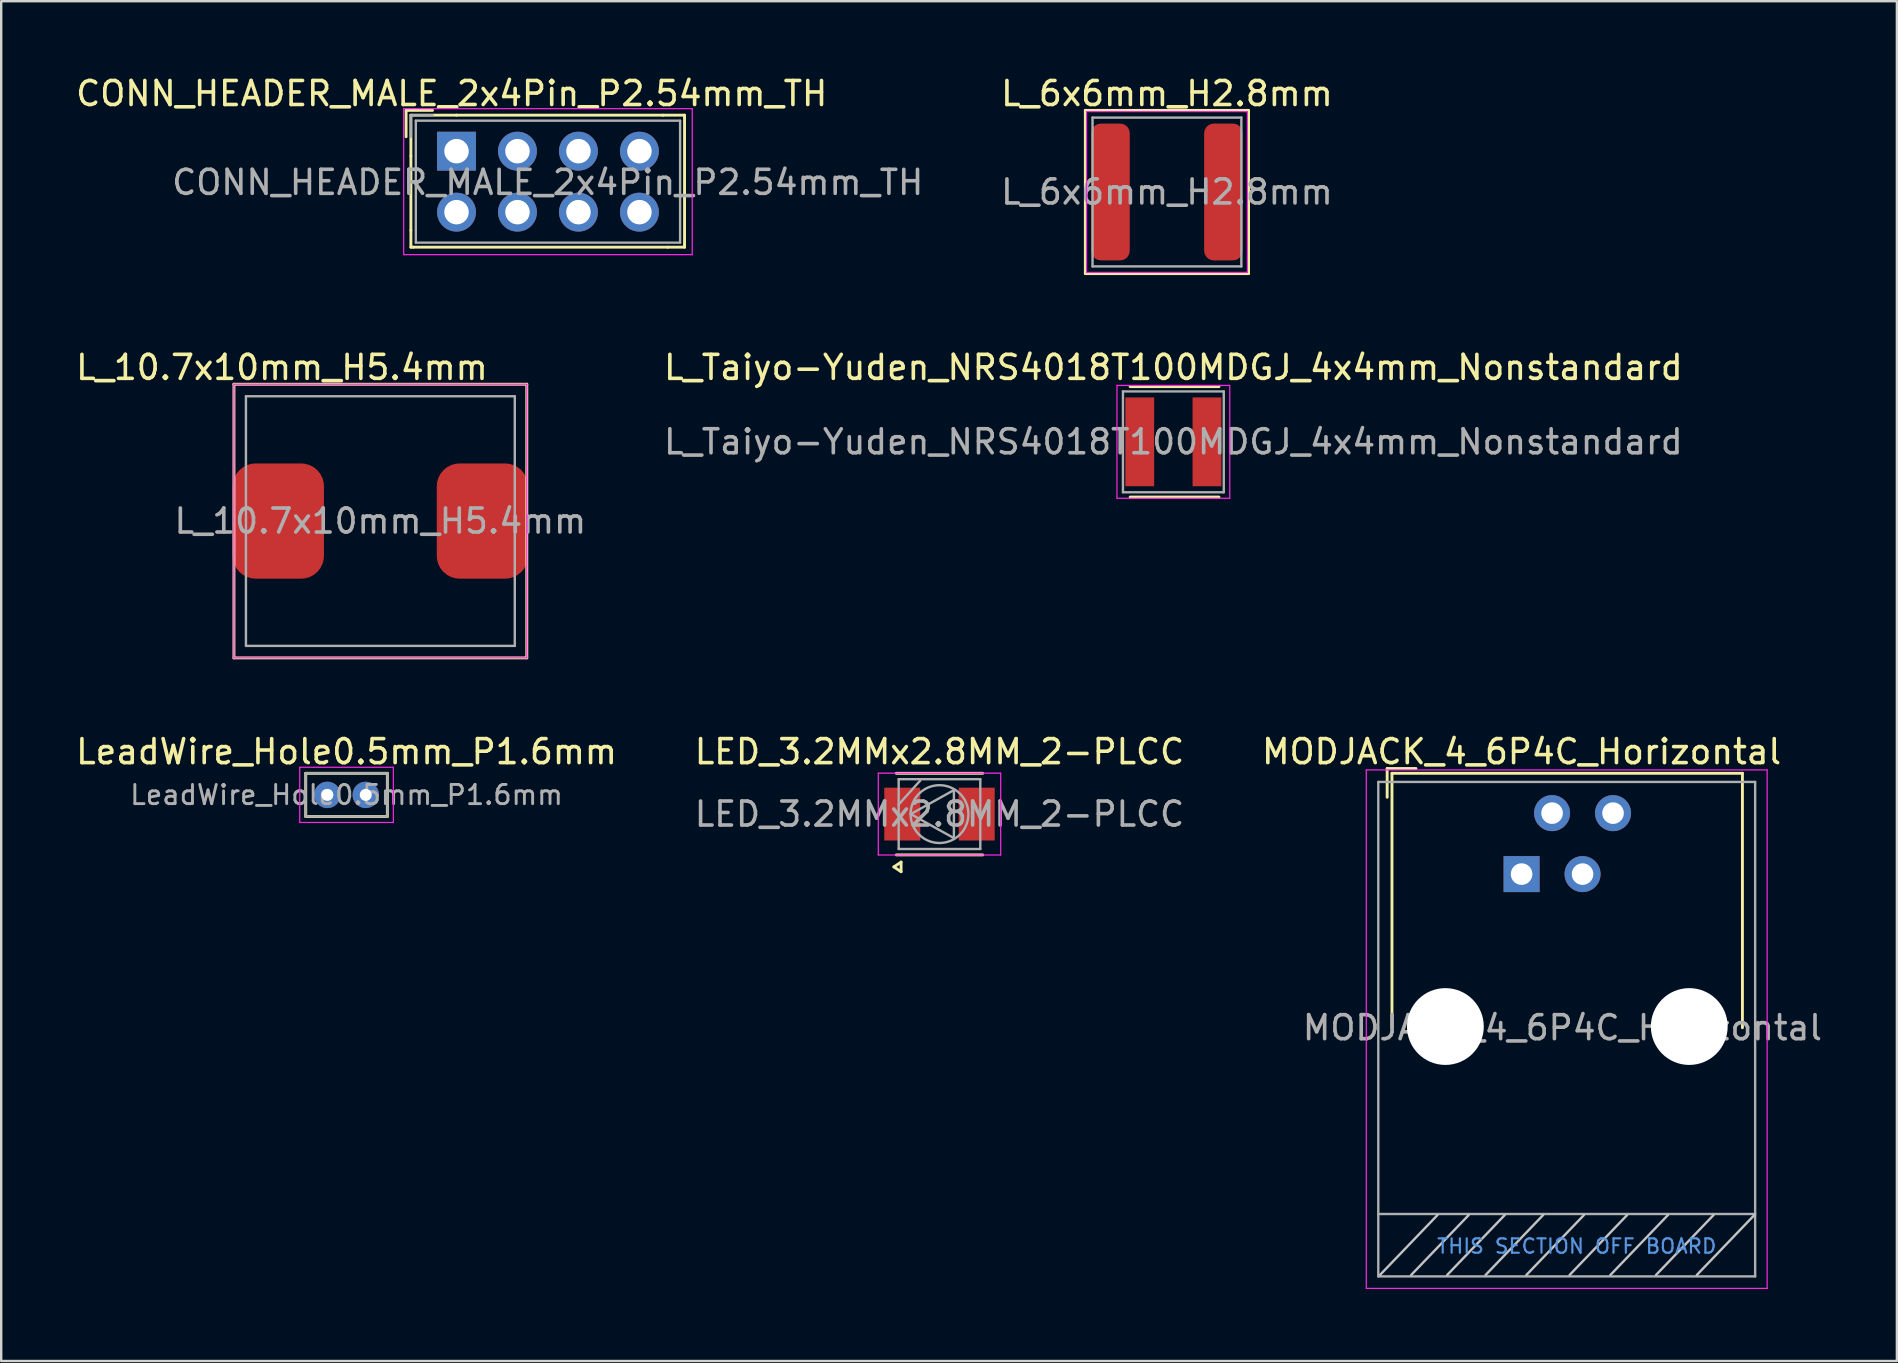
<source format=kicad_pcb>
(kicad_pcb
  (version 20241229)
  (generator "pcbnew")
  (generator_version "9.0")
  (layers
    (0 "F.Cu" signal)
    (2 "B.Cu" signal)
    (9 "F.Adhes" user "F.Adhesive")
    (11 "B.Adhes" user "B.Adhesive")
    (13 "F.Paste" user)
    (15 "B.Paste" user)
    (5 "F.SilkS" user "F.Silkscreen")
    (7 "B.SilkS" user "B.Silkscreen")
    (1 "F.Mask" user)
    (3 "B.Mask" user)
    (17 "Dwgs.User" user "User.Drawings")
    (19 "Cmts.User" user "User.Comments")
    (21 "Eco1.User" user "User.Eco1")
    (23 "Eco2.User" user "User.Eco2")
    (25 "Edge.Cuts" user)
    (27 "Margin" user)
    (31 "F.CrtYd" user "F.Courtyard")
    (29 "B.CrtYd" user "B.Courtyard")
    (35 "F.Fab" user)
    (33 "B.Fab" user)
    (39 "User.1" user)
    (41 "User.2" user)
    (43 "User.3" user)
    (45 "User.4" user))
  (footprint "MODJACK_4_6P4C_Horizontal"
    (layer "F.Cu")
    (at 60.339 33.365)
    (property "Reference" "MODJACK_4_6P4C_Horizontal" (at 0 -5.1 0) (layer "F.SilkS") (effects (font (size 1 1) (thickness 0.15))))
    (attr through_hole)
    (fp_line (start -5.6 -4.4) (end -5.6 -3.2) (stroke (width 0.12) (type solid)) (layer "F.SilkS"))
    (fp_line (start -5.4 -4.2) (end -5.4 6.4) (stroke (width 0.12) (type solid)) (layer "F.SilkS"))
    (fp_line (start -4.4 -4.4) (end -5.6 -4.4) (stroke (width 0.12) (type solid)) (layer "F.SilkS"))
    (fp_line (start 9.2 -4.2) (end -5.4 -4.2) (stroke (width 0.12) (type solid)) (layer "F.SilkS"))
    (fp_line (start 9.2 -4.2) (end 9.2 6.4) (stroke (width 0.12) (type solid)) (layer "F.SilkS"))
    (fp_line (start -5.9 16.7) (end -3.5 14.2) (stroke (width 0.1) (type solid)) (layer "Dwgs.User"))
    (fp_line (start -4.6 16.7) (end -2.2 14.2) (stroke (width 0.1) (type solid)) (layer "Dwgs.User"))
    (fp_line (start -3.1 16.7) (end -0.7 14.2) (stroke (width 0.1) (type solid)) (layer "Dwgs.User"))
    (fp_line (start -1.5 16.7) (end 0.9 14.2) (stroke (width 0.1) (type solid)) (layer "Dwgs.User"))
    (fp_line (start 0.2 16.7) (end 2.6 14.2) (stroke (width 0.1) (type solid)) (layer "Dwgs.User"))
    (fp_line (start 2 16.7) (end 4.4 14.2) (stroke (width 0.1) (type solid)) (layer "Dwgs.User"))
    (fp_line (start 3.7 16.7) (end 6.1 14.2) (stroke (width 0.1) (type solid)) (layer "Dwgs.User"))
    (fp_line (start 5.6 16.7) (end 8 14.2) (stroke (width 0.1) (type solid)) (layer "Dwgs.User"))
    (fp_line (start 7.3 16.7) (end 9.7 14.2) (stroke (width 0.1) (type solid)) (layer "Dwgs.User"))
    (fp_line (start -6.47 -4.34) (end -6.47 17.26) (stroke (width 0.05) (type solid)) (layer "F.CrtYd"))
    (fp_line (start -6.47 17.26) (end 10.23 17.26) (stroke (width 0.05) (type solid)) (layer "F.CrtYd"))
    (fp_line (start 10.23 -4.34) (end -6.47 -4.34) (stroke (width 0.05) (type solid)) (layer "F.CrtYd"))
    (fp_line (start 10.23 17.26) (end 10.23 -4.34) (stroke (width 0.05) (type solid)) (layer "F.CrtYd"))
    (fp_line (start -5.97 -3.84) (end 9.73 -3.84) (stroke (width 0.1) (type solid)) (layer "F.Fab"))
    (fp_line (start -5.97 14.16) (end 9.73 14.16) (stroke (width 0.1) (type solid)) (layer "F.Fab"))
    (fp_line (start -5.97 16.76) (end -5.97 -3.84) (stroke (width 0.1) (type solid)) (layer "F.Fab"))
    (fp_line (start -5.97 16.76) (end 9.73 16.76) (stroke (width 0.1) (type solid)) (layer "F.Fab"))
    (fp_line (start 9.73 16.76) (end 9.73 -3.84) (stroke (width 0.1) (type solid)) (layer "F.Fab"))
    (fp_text user "THIS SECTION OFF BOARD" (at 2.3 15.5 0) (layer "Cmts.User") (effects (font (size 0.6 0.6) (thickness 0.09))))
    (fp_text user "${REFERENCE}" (at 1.7 6.4 0) (layer "F.Fab") (effects (font (size 1 1) (thickness 0.15))))
    (pad "" np_thru_hole circle (at -3.175 6.35) (size 3.2 3.2) (drill 3.2) (layers "*.Cu" "*.Mask"))
    (pad "" np_thru_hole circle (at 6.985 6.35) (size 3.2 3.2) (drill 3.2) (layers "*.Cu" "*.Mask"))
    (pad "1" thru_hole rect (at 0 0) (size 1.5 1.5) (drill 0.9) (layers "*.Cu" "*.Mask"))
    (pad "2" thru_hole circle (at 1.27 -2.54) (size 1.5 1.5) (drill 0.9) (layers "*.Cu" "*.Mask"))
    (pad "3" thru_hole circle (at 2.54 0) (size 1.5 1.5) (drill 0.9) (layers "*.Cu" "*.Mask"))
    (pad "4" thru_hole circle (at 3.81 -2.54) (size 1.5 1.5) (drill 0.9) (layers "*.Cu" "*.Mask")))
  (footprint "L_6x6mm_H2.8mm"
    (layer "F.Cu")
    (at 45.565 4.948)
    (property "Reference" "L_6x6mm_H2.8mm" (at 0 -4.1 0) (layer "F.SilkS") (effects (font (size 1 1) (thickness 0.15))))
    (attr smd)
    (fp_line (start -3.4 -3.4) (end 3.4 -3.4) (stroke (width 0.12) (type solid)) (layer "F.SilkS"))
    (fp_line (start -3.4 3.4) (end -3.4 -3.4) (stroke (width 0.12) (type solid)) (layer "F.SilkS"))
    (fp_line (start 3.4 -3.4) (end 3.4 3.4) (stroke (width 0.12) (type solid)) (layer "F.SilkS"))
    (fp_line (start 3.4 3.4) (end -3.4 3.4) (stroke (width 0.12) (type solid)) (layer "F.SilkS"))
    (fp_line (start -3.35 -3.35) (end 3.35 -3.35) (stroke (width 0.05) (type solid)) (layer "F.CrtYd"))
    (fp_line (start -3.35 3.35) (end -3.35 -3.35) (stroke (width 0.05) (type solid)) (layer "F.CrtYd"))
    (fp_line (start -3.35 3.35) (end 3.35 3.35) (stroke (width 0.05) (type solid)) (layer "F.CrtYd"))
    (fp_line (start 3.35 3.35) (end 3.35 -3.35) (stroke (width 0.05) (type solid)) (layer "F.CrtYd"))
    (fp_line (start -3.1 -3.1) (end -3.1 3.1) (stroke (width 0.1) (type solid)) (layer "F.Fab"))
    (fp_line (start 3.1 -3.1) (end -3.1 -3.1) (stroke (width 0.1) (type solid)) (layer "F.Fab"))
    (fp_line (start 3.1 -3.1) (end 3.1 3.1) (stroke (width 0.1) (type solid)) (layer "F.Fab"))
    (fp_line (start 3.1 3.1) (end -3.1 3.1) (stroke (width 0.1) (type solid)) (layer "F.Fab"))
    (fp_text user "${REFERENCE}" (at 0 0 0) (layer "F.Fab") (effects (font (size 1 1) (thickness 0.15))))
    (pad "1" smd roundrect (at -2.35 0) (size 1.6 5.7) (layers "F.Cu" "F.Mask" "F.Paste") (roundrect_rratio 0.25))
    (pad "2" smd roundrect (at 2.35 0) (size 1.6 5.7) (layers "F.Cu" "F.Mask" "F.Paste") (roundrect_rratio 0.25)))
  (footprint "LED_3.2MMx2.8MM_2-PLCC"
    (layer "F.Cu")
    (at 36.089 30.865)
    (property "Reference" "LED_3.2MMx2.8MM_2-PLCC" (at 0 -2.6 0) (layer "F.SilkS") (effects (font (size 1 1) (thickness 0.15))))
    (attr through_hole)
    (fp_line (start -1.9 2.2) (end -1.6 2.4) (stroke (width 0.12) (type solid)) (layer "F.SilkS"))
    (fp_line (start -1.8 -1.7) (end 1.8 -1.7) (stroke (width 0.12) (type solid)) (layer "F.SilkS"))
    (fp_line (start -1.8 1.7) (end 1.8 1.7) (stroke (width 0.12) (type solid)) (layer "F.SilkS"))
    (fp_line (start -1.6 2) (end -1.9 2.2) (stroke (width 0.12) (type solid)) (layer "F.SilkS"))
    (fp_line (start -1.6 2.4) (end -1.6 2) (stroke (width 0.12) (type solid)) (layer "F.SilkS"))
    (fp_line (start -2.55 -1.705) (end -2.55 1.705) (stroke (width 0.05) (type solid)) (layer "F.CrtYd"))
    (fp_line (start -2.55 -1.705) (end 2.55 -1.705) (stroke (width 0.05) (type solid)) (layer "F.CrtYd"))
    (fp_line (start -2.55 1.705) (end 2.55 1.705) (stroke (width 0.05) (type solid)) (layer "F.CrtYd"))
    (fp_line (start 2.55 1.705) (end 2.55 -1.705) (stroke (width 0.05) (type solid)) (layer "F.CrtYd"))
    (fp_line (start -1.7 -1.455) (end -1.7 1.455) (stroke (width 0.1) (type solid)) (layer "F.Fab"))
    (fp_line (start -1.7 -1.455) (end 1.7 -1.455) (stroke (width 0.1) (type solid)) (layer "F.Fab"))
    (fp_line (start -1.7 -0.4) (end -0.8 -1.4) (stroke (width 0.1) (type solid)) (layer "F.Fab"))
    (fp_line (start -1.7 1.455) (end 1.7 1.455) (stroke (width 0.1) (type solid)) (layer "F.Fab"))
    (fp_line (start -1.2 0) (end 0.6 -1) (stroke (width 0.1) (type solid)) (layer "F.Fab"))
    (fp_line (start 0.6 -1) (end 0.6 1) (stroke (width 0.1) (type solid)) (layer "F.Fab"))
    (fp_line (start 0.6 1) (end -1.2 0) (stroke (width 0.1) (type solid)) (layer "F.Fab"))
    (fp_line (start 1.7 1.455) (end 1.7 -1.455) (stroke (width 0.1) (type solid)) (layer "F.Fab"))
    (fp_circle (center 0 0) (end 0.1 1.2) (stroke (width 0.1) (type solid)) (fill no) (layer "F.Fab"))
    (fp_text user "${REFERENCE}" (at 0 0 0) (layer "F.Fab") (effects (font (size 1 1) (thickness 0.15))))
    (pad "1" smd rect (at -1.55 0) (size 1.5 2.2) (layers "F.Cu" "F.Mask" "F.Paste"))
    (pad "2" smd rect (at 1.55 0) (size 1.5 2.2) (layers "F.Cu" "F.Mask" "F.Paste")))
  (footprint "LeadWire_Hole0.5mm_P1.6mm"
    (layer "F.Cu")
    (at 10.587 30.065)
    (property "Reference" "LeadWire_Hole0.5mm_P1.6mm" (at 0.8 -1.8 0) (layer "F.SilkS") (effects (font (size 1 1) (thickness 0.15))))
    (attr through_hole)
    (fp_line (start -0.9 -0.9) (end 2.5 -0.9) (stroke (width 0.12) (type solid)) (layer "F.SilkS"))
    (fp_line (start -0.9 0.9) (end -0.9 -0.9) (stroke (width 0.12) (type solid)) (layer "F.SilkS"))
    (fp_line (start 2.5 -0.9) (end 2.5 0.9) (stroke (width 0.12) (type solid)) (layer "F.SilkS"))
    (fp_line (start 2.5 0.9) (end -0.9 0.9) (stroke (width 0.12) (type solid)) (layer "F.SilkS"))
    (fp_line (start -1.15 -1.15) (end -1.15 1.15) (stroke (width 0.05) (type solid)) (layer "F.CrtYd"))
    (fp_line (start -1.15 1.15) (end 2.75 1.15) (stroke (width 0.05) (type solid)) (layer "F.CrtYd"))
    (fp_line (start 2.75 -1.15) (end -1.15 -1.15) (stroke (width 0.05) (type solid)) (layer "F.CrtYd"))
    (fp_line (start 2.75 -1.15) (end 2.75 1.15) (stroke (width 0.05) (type solid)) (layer "F.CrtYd"))
    (fp_line (start -0.9 -0.9) (end -0.9 0.9) (stroke (width 0.1) (type solid)) (layer "F.Fab"))
    (fp_line (start -0.9 -0.9) (end 2.5 -0.9) (stroke (width 0.1) (type solid)) (layer "F.Fab"))
    (fp_line (start 2.5 -0.9) (end 2.5 0.9) (stroke (width 0.1) (type solid)) (layer "F.Fab"))
    (fp_line (start 2.5 0.9) (end -0.9 0.9) (stroke (width 0.1) (type solid)) (layer "F.Fab"))
    (fp_text user "${REFERENCE}" (at 0.8 0 0) (layer "F.Fab") (effects (font (size 0.8 0.8) (thickness 0.12))))
    (pad "1" thru_hole circle (at 0 0) (size 1.1 1.1) (drill 0.5) (layers "*.Cu" "*.Mask"))
    (pad "2" thru_hole circle (at 1.6 0) (size 1.1 1.1) (drill 0.5) (layers "*.Cu" "*.Mask")))
  (footprint "L_10.7x10mm_H5.4mm"
    (layer "F.Cu")
    (at 12.796 18.657)
    (property "Reference" "L_10.7x10mm_H5.4mm" (at -4.1 -6.4 0) (layer "F.SilkS") (effects (font (size 1 1) (thickness 0.15))))
    (attr smd)
    (fp_line (start -6.1 -5.7) (end 6.1 -5.7) (stroke (width 0.12) (type solid)) (layer "F.SilkS"))
    (fp_line (start -6.1 5.7) (end -6.1 -5.7) (stroke (width 0.12) (type solid)) (layer "F.SilkS"))
    (fp_line (start 6.1 -5.7) (end 6.1 5.7) (stroke (width 0.12) (type solid)) (layer "F.SilkS"))
    (fp_line (start 6.1 5.7) (end -6.1 5.7) (stroke (width 0.12) (type solid)) (layer "F.SilkS"))
    (fp_line (start -6.1 -5.7) (end 6.1 -5.7) (stroke (width 0.05) (type solid)) (layer "F.CrtYd"))
    (fp_line (start -6.1 5.7) (end -6.1 -5.7) (stroke (width 0.05) (type solid)) (layer "F.CrtYd"))
    (fp_line (start -6.1 5.7) (end 6.1 5.7) (stroke (width 0.05) (type solid)) (layer "F.CrtYd"))
    (fp_line (start 6.1 5.7) (end 6.1 -5.7) (stroke (width 0.05) (type solid)) (layer "F.CrtYd"))
    (fp_line (start -5.6 -5.2) (end -5.6 5.2) (stroke (width 0.1) (type solid)) (layer "F.Fab"))
    (fp_line (start -5.6 -5.2) (end 5.6 -5.2) (stroke (width 0.1) (type solid)) (layer "F.Fab"))
    (fp_line (start -5.6 5.2) (end 5.6 5.2) (stroke (width 0.1) (type solid)) (layer "F.Fab"))
    (fp_line (start 5.6 -5.2) (end 5.6 5.2) (stroke (width 0.1) (type solid)) (layer "F.Fab"))
    (fp_text user "${REFERENCE}" (at 0 0 0) (layer "F.Fab") (effects (font (size 1 1) (thickness 0.15))))
    (pad "1" smd roundrect (at -4.25 0) (size 3.8 4.8) (layers "F.Cu" "F.Mask" "F.Paste") (roundrect_rratio 0.25))
    (pad "2" smd roundrect (at 4.25 0) (size 3.8 4.8) (layers "F.Cu" "F.Mask" "F.Paste") (roundrect_rratio 0.25)))
  (footprint "L_Taiyo-Yuden_NRS4018T100MDGJ_4x4mm_Nonstandard"
    (layer "F.Cu")
    (at 45.832 15.357)
    (property "Reference" "L_Taiyo-Yuden_NRS4018T100MDGJ_4x4mm_Nonstandard" (at 0 -3.1 0) (layer "F.SilkS") (effects (font (size 1 1) (thickness 0.15))))
    (attr through_hole)
    (fp_line (start 1.9 -2.3) (end -1.8 -2.3) (stroke (width 0.12) (type solid)) (layer "F.SilkS"))
    (fp_line (start 1.9 2.3) (end -1.8 2.3) (stroke (width 0.12) (type solid)) (layer "F.SilkS"))
    (fp_line (start -2.35 -2.35) (end 2.35 -2.35) (stroke (width 0.05) (type solid)) (layer "F.CrtYd"))
    (fp_line (start -2.35 2.35) (end -2.35 -2.35) (stroke (width 0.05) (type solid)) (layer "F.CrtYd"))
    (fp_line (start 2.35 -2.35) (end 2.35 2.35) (stroke (width 0.05) (type solid)) (layer "F.CrtYd"))
    (fp_line (start 2.35 2.35) (end -2.35 2.35) (stroke (width 0.05) (type solid)) (layer "F.CrtYd"))
    (fp_line (start -2.1 -2.1) (end 2.1 -2.1) (stroke (width 0.1) (type solid)) (layer "F.Fab"))
    (fp_line (start -2.1 2.1) (end -2.1 -2.1) (stroke (width 0.1) (type solid)) (layer "F.Fab"))
    (fp_line (start 2.1 -2.1) (end 2.1 2.1) (stroke (width 0.1) (type solid)) (layer "F.Fab"))
    (fp_line (start 2.1 2.1) (end -2.1 2.1) (stroke (width 0.1) (type solid)) (layer "F.Fab"))
    (fp_text user "${REFERENCE}" (at 0 0 0) (layer "F.Fab") (effects (font (size 1 1) (thickness 0.15))))
    (pad "1" smd rect (at -1.4 0) (size 1.2 3.7) (layers "F.Cu" "F.Mask" "F.Paste"))
    (pad "2" smd rect (at 1.4 0) (size 1.2 3.7) (layers "F.Cu" "F.Mask" "F.Paste")))
  (footprint "CONN_HEADER_MALE_2x4Pin_P2.54mm_TH"
    (layer "F.Cu")
    (at 15.968 3.248)
    (property "Reference" "CONN_HEADER_MALE_2x4Pin_P2.54mm_TH" (at -0.2 -2.4 0) (layer "F.SilkS") (effects (font (size 1 1) (thickness 0.15))))
    (attr through_hole)
    (fp_line (start -2.1 -1.7) (end -2.1 -0.6) (stroke (width 0.12) (type solid)) (layer "F.SilkS"))
    (fp_line (start -1.9 -1.5) (end 0 -1.5) (stroke (width 0.12) (type solid)) (layer "F.SilkS"))
    (fp_line (start -1.9 0.2) (end -1.9 -1.5) (stroke (width 0.12) (type solid)) (layer "F.SilkS"))
    (fp_line (start -1.9 3.3) (end -1.9 0.2) (stroke (width 0.12) (type solid)) (layer "F.SilkS"))
    (fp_line (start -1.9 4) (end -1.9 3.3) (stroke (width 0.12) (type solid)) (layer "F.SilkS"))
    (fp_line (start -1.8 4) (end -1.9 4) (stroke (width 0.12) (type solid)) (layer "F.SilkS"))
    (fp_line (start -1 -1.7) (end -2.1 -1.7) (stroke (width 0.12) (type solid)) (layer "F.SilkS"))
    (fp_line (start 8.6 -1.5) (end 0 -1.5) (stroke (width 0.12) (type solid)) (layer "F.SilkS"))
    (fp_line (start 8.8 4) (end -1.8 4) (stroke (width 0.12) (type solid)) (layer "F.SilkS"))
    (fp_line (start 9.5 -1.5) (end 8.6 -1.5) (stroke (width 0.12) (type solid)) (layer "F.SilkS"))
    (fp_line (start 9.5 -1.4) (end 9.5 -1.5) (stroke (width 0.12) (type solid)) (layer "F.SilkS"))
    (fp_line (start 9.5 -1.4) (end 9.5 3.9) (stroke (width 0.12) (type solid)) (layer "F.SilkS"))
    (fp_line (start 9.5 3.9) (end 9.5 4) (stroke (width 0.12) (type solid)) (layer "F.SilkS"))
    (fp_line (start 9.5 4) (end 8.8 4) (stroke (width 0.12) (type solid)) (layer "F.SilkS"))
    (fp_line (start -2.2 4.31) (end -2.2 -1.77) (stroke (width 0.05) (type solid)) (layer "F.CrtYd"))
    (fp_line (start -2.2 4.31) (end 9.82 4.31) (stroke (width 0.05) (type solid)) (layer "F.CrtYd"))
    (fp_line (start 9.82 -1.77) (end -2.2 -1.77) (stroke (width 0.05) (type solid)) (layer "F.CrtYd"))
    (fp_line (start 9.82 4.31) (end 9.82 -1.77) (stroke (width 0.05) (type solid)) (layer "F.CrtYd"))
    (fp_line (start -1.9 -1.5) (end -1.9 -0.6) (stroke (width 0.1) (type solid)) (layer "F.Fab"))
    (fp_line (start -1.9 -1.5) (end -1 -1.5) (stroke (width 0.1) (type solid)) (layer "F.Fab"))
    (fp_line (start -1.695 -1.27) (end -1.695 3.81) (stroke (width 0.1) (type solid)) (layer "F.Fab"))
    (fp_line (start -1.695 -1.27) (end 9.315 -1.27) (stroke (width 0.1) (type solid)) (layer "F.Fab"))
    (fp_line (start -1.695 3.81) (end 9.315 3.81) (stroke (width 0.1) (type solid)) (layer "F.Fab"))
    (fp_line (start 9.315 -1.27) (end 9.315 3.81) (stroke (width 0.1) (type solid)) (layer "F.Fab"))
    (fp_text user "${REFERENCE}" (at 3.8 1.3 0) (layer "F.Fab") (effects (font (size 1 1) (thickness 0.15))))
    (pad "1" thru_hole rect (at 0 0) (size 1.62 1.62) (drill 1.02) (layers "*.Cu" "*.Mask"))
    (pad "2" thru_hole circle (at 0 2.54) (size 1.62 1.62) (drill 1.02) (layers "*.Cu" "*.Mask"))
    (pad "3" thru_hole circle (at 2.54 0) (size 1.62 1.62) (drill 1.02) (layers "*.Cu" "*.Mask"))
    (pad "4" thru_hole circle (at 2.54 2.54) (size 1.62 1.62) (drill 1.02) (layers "*.Cu" "*.Mask"))
    (pad "5" thru_hole circle (at 5.08 0) (size 1.62 1.62) (drill 1.02) (layers "*.Cu" "*.Mask"))
    (pad "6" thru_hole circle (at 5.08 2.54) (size 1.62 1.62) (drill 1.02) (layers "*.Cu" "*.Mask"))
    (pad "7" thru_hole circle (at 7.62 0) (size 1.62 1.62) (drill 1.02) (layers "*.Cu" "*.Mask"))
    (pad "8" thru_hole circle (at 7.62 2.54) (size 1.62 1.62) (drill 1.02) (layers "*.Cu" "*.Mask")))
  (gr_rect
    (start -3 -3)
    (end 75.974 53.65)
    (stroke (width 0.1) (type default))
    (fill no)
    (layer "Edge.Cuts")))
</source>
